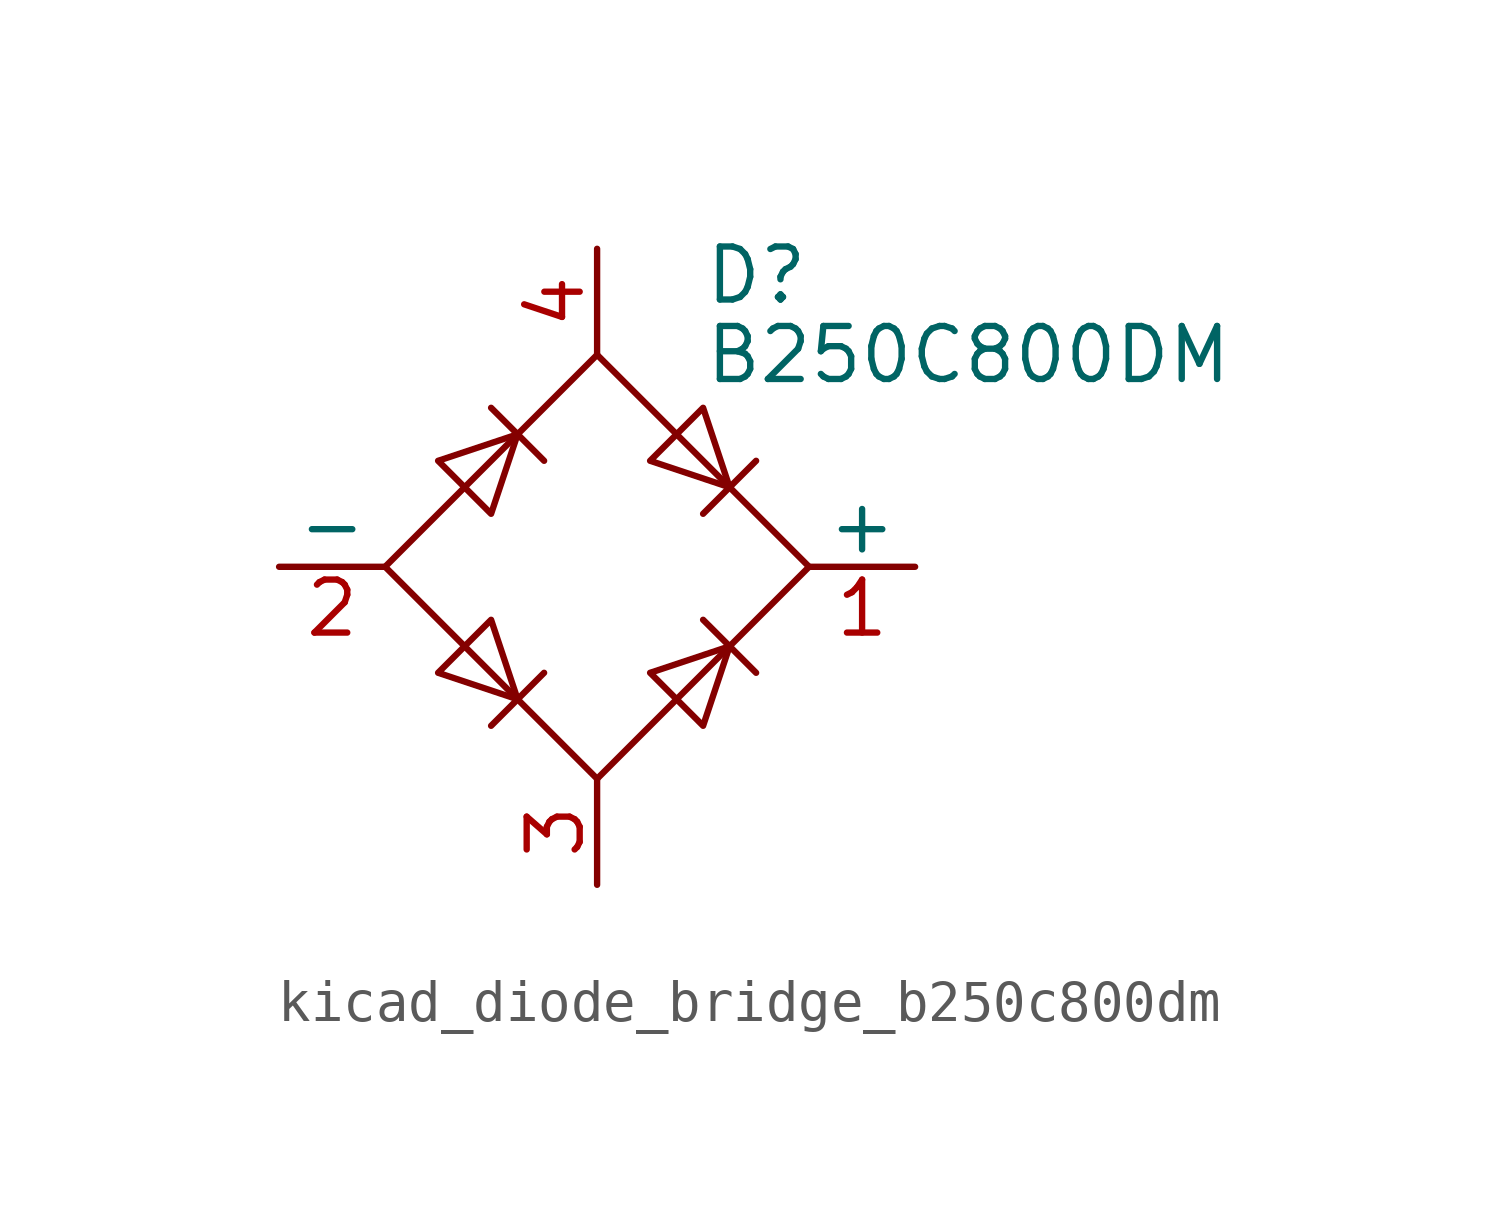
<source format=kicad_sym>
(kicad_symbol_lib
  (version 20220914)
  (generator kicad_symbol_editor)
  (symbol "kicad_diode_bridge_b250c800dm"
    (pin_names
      (offset 0))
    (property "Reference" "D"
      (at 2.54 6.985 0)
      (effects (font (size 1.27 1.27)) (justify left)))
    (property "Value" "B250C800DM"
      (at 2.54 5.08 0)
      (effects (font (size 1.27 1.27)) (justify left)))
    (symbol "kicad_diode_bridge_b250c800dm_0_1"
      (polyline (pts (xy -2.54 3.81) (xy -1.27 2.54)) (stroke (width 0) (type default)) (fill (type none)))
      (polyline (pts (xy -1.27 -2.54) (xy -2.54 -3.81)) (stroke (width 0) (type default)) (fill (type none)))
      (polyline (pts (xy 2.54 -1.27) (xy 3.81 -2.54)) (stroke (width 0) (type default)) (fill (type none)))
      (polyline (pts (xy 2.54 1.27) (xy 3.81 2.54)) (stroke (width 0) (type default)) (fill (type none)))
      (polyline (pts (xy -3.81 2.54) (xy -2.54 1.27) (xy -1.905 3.175) (xy -3.81 2.54)) (stroke (width 0) (type default)) (fill (type none)))
      (polyline (pts (xy -2.54 -1.27) (xy -3.81 -2.54) (xy -1.905 -3.175) (xy -2.54 -1.27)) (stroke (width 0) (type default)) (fill (type none)))
      (polyline (pts (xy 1.27 2.54) (xy 2.54 3.81) (xy 3.175 1.905) (xy 1.27 2.54)) (stroke (width 0) (type default)) (fill (type none)))
      (polyline (pts (xy 3.175 -1.905) (xy 1.27 -2.54) (xy 2.54 -3.81) (xy 3.175 -1.905)) (stroke (width 0) (type default)) (fill (type none)))
      (polyline (pts (xy -5.08 0) (xy 0 -5.08) (xy 5.08 0) (xy 0 5.08) (xy -5.08 0)) (stroke (width 0) (type default)) (fill (type none))))
    (symbol "kicad_diode_bridge_b250c800dm_1_1"
      (pin passive line (at 7.62 0 180) (length 2.54) (name "+" (effects (font (size 1.27 1.27)))) (number "1" (effects (font (size 1.27 1.27)))))
      (pin passive line (at -7.62 0 0) (length 2.54) (name "-" (effects (font (size 1.27 1.27)))) (number "2" (effects (font (size 1.27 1.27)))))
      (pin passive line (at 0 -7.62 90) (length 2.54) (name "~" (effects (font (size 1.27 1.27)))) (number "3" (effects (font (size 1.27 1.27)))))
      (pin passive line (at 0 7.62 270) (length 2.54) (name "~" (effects (font (size 1.27 1.27)))) (number "4" (effects (font (size 1.27 1.27))))))))
</source>
